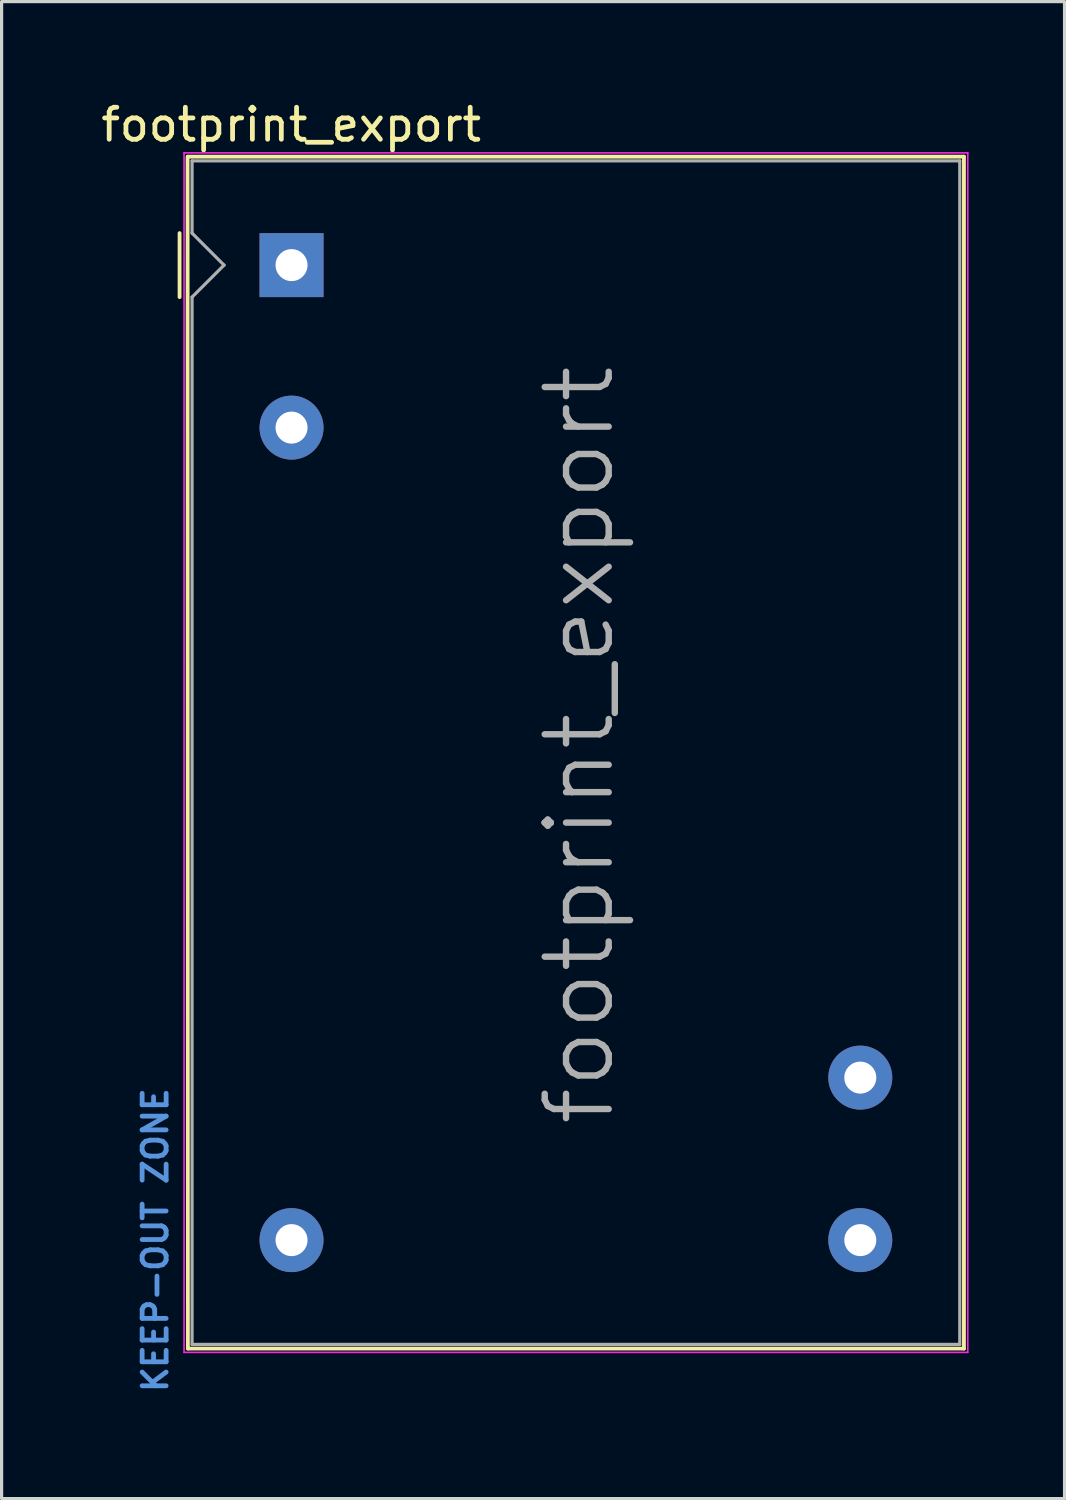
<source format=kicad_pcb>
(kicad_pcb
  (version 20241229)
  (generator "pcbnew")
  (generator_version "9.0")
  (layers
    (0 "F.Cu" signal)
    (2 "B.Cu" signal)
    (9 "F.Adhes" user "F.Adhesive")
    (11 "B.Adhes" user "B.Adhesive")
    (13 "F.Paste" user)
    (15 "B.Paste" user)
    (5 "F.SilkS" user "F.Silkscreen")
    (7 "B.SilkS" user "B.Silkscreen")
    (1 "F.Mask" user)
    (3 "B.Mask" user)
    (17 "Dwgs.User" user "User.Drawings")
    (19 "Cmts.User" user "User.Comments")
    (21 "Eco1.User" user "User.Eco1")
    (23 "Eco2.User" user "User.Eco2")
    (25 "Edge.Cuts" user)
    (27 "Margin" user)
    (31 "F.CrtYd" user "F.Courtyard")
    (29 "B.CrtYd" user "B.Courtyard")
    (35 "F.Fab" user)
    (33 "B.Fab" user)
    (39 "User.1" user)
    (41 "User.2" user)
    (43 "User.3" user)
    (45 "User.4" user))
  (footprint "footprint_export"
    (layer "F.Cu")
    (at 6.064 5.238)
    (property "Reference" "footprint_export" (at -0.01 -4.39 180) (layer "F.SilkS") (effects (font (size 1 1) (thickness 0.15))))
    (attr through_hole)
    (fp_line (start -3.5 1) (end -3.5 -1) (stroke (width 0.12) (type solid)) (layer "F.SilkS"))
    (fp_line (start -3.24 -3.39) (end 21.02 -3.39) (stroke (width 0.12) (type solid)) (layer "F.SilkS"))
    (fp_line (start -3.24 33.87) (end -3.25 -3.39) (stroke (width 0.12) (type solid)) (layer "F.SilkS"))
    (fp_line (start -3.24 33.87) (end 21.02 33.87) (stroke (width 0.12) (type solid)) (layer "F.SilkS"))
    (fp_line (start 21.02 -3.39) (end 21.02 33.87) (stroke (width 0.12) (type solid)) (layer "F.SilkS"))
    (fp_line (start -3.36 -3.51) (end -3.36 33.99) (stroke (width 0.05) (type solid)) (layer "F.CrtYd"))
    (fp_line (start -3.36 -3.51) (end 21.14 -3.51) (stroke (width 0.05) (type solid)) (layer "F.CrtYd"))
    (fp_line (start 21.14 -3.51) (end 21.14 33.99) (stroke (width 0.05) (type solid)) (layer "F.CrtYd"))
    (fp_line (start 21.14 33.99) (end -3.36 33.99) (stroke (width 0.05) (type solid)) (layer "F.CrtYd"))
    (fp_line (start -3.11 -3.26) (end 20.89 -3.26) (stroke (width 0.1) (type solid)) (layer "F.Fab"))
    (fp_line (start -3.11 -1) (end -3.11 -3.26) (stroke (width 0.1) (type solid)) (layer "F.Fab"))
    (fp_line (start -3.11 -1) (end -2.11 0) (stroke (width 0.1) (type solid)) (layer "F.Fab"))
    (fp_line (start -3.11 1) (end -2.11 0) (stroke (width 0.1) (type solid)) (layer "F.Fab"))
    (fp_line (start -3.11 33.74) (end -3.11 1) (stroke (width 0.1) (type solid)) (layer "F.Fab"))
    (fp_line (start -3.11 33.74) (end 20.89 33.74) (stroke (width 0.1) (type solid)) (layer "F.Fab"))
    (fp_line (start 20.89 -3.26) (end 20.89 33.74) (stroke (width 0.1) (type solid)) (layer "F.Fab"))
    (fp_text user "KEEP-OUT ZONE" (at -4.26 30.48 90) (layer "Cmts.User") (effects (font (size 0.75 0.75) (thickness 0.15))))
    (fp_text user "${REFERENCE}" (at 9 15 90) (layer "F.Fab") (effects (font (size 2 2) (thickness 0.2))))
    (pad "1" thru_hole rect (at 0 0 90) (size 2 2) (drill 1) (layers "*.Cu" "*.Mask"))
    (pad "2" thru_hole circle (at 0 5.08 90) (size 2 2) (drill 1) (layers "*.Cu" "*.Mask"))
    (pad "3" thru_hole circle (at 0 30.48 180) (size 2 2) (drill 1) (layers "*.Cu" "*.Mask"))
    (pad "4" thru_hole circle (at 17.78 30.48 90) (size 2 2) (drill 1) (layers "*.Cu" "*.Mask"))
    (pad "5" thru_hole circle (at 17.78 25.4 90) (size 2 2) (drill 1) (layers "*.Cu" "*.Mask"))
    (zone (net_name "") (layer "F.Cu") (hatch full 0.508) (connect_pads) (min_thickness 0.254) (filled_areas_thickness no) (keepout (tracks not_allowed) (vias allowed) (pads allowed) (copperpour not_allowed) (footprints not_allowed)) (placement (enabled no)) (fill) (polygon (pts (xy 0.984 40.798) (xy 11.144 40.798) (xy 11.144 30.638) (xy 0.984 30.638)))))
  (gr_rect
    (start -3 -3)
    (end 30.229 43.798)
    (stroke (width 0.1) (type default))
    (fill no)
    (layer "Edge.Cuts")))
</source>
